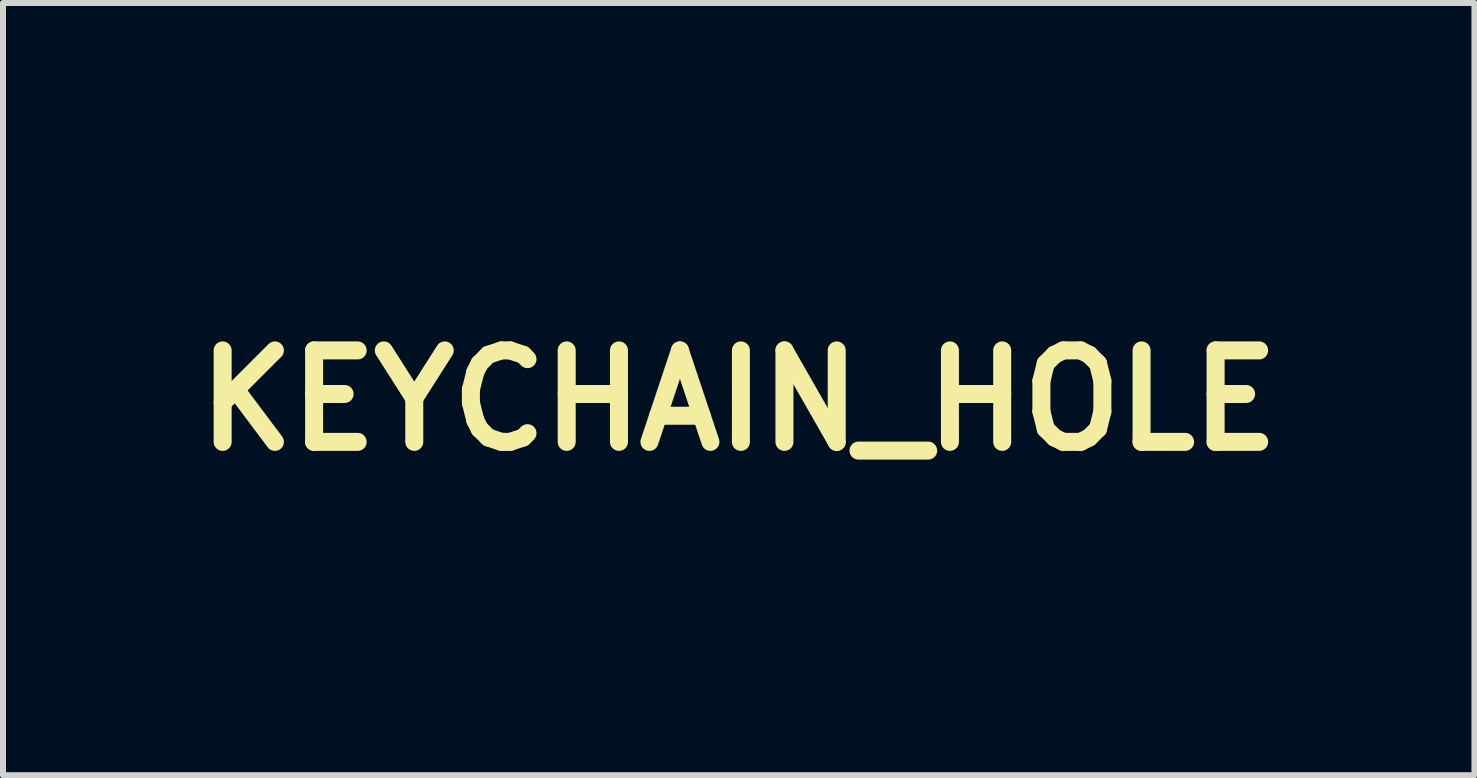
<source format=kicad_pcb>
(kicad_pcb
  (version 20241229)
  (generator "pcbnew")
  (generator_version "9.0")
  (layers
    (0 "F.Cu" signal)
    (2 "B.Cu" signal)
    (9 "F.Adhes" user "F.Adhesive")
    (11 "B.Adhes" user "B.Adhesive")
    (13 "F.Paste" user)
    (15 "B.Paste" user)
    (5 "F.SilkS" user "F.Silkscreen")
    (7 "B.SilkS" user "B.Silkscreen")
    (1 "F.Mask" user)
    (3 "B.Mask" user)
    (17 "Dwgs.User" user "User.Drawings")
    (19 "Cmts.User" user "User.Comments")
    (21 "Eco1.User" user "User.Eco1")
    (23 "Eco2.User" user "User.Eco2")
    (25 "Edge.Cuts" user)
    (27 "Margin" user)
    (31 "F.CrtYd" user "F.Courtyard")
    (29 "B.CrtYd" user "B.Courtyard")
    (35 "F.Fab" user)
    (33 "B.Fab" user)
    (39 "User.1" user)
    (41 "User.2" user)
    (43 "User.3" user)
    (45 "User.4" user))
  (footprint "KEYCHAIN_HOLE"
    (layer "F.Cu")
    (at 9.26 3.624)
    (property "Reference" "KEYCHAIN_HOLE" (at 0 0 0) (layer "F.SilkS") (effects (font (size 1.524 1.524) (thickness 0.3))))
    (attr through_hole)
    (fp_poly (pts (xy 1.51 0.05) (xy 1.561 0.165) (xy 1.517 0.294) (xy 1.415 0.374) (xy 1.317 0.336) (xy 1.271 0.287) (xy 1.221 0.155) (xy 1.269 0.044) (xy 1.388 0) (xy 1.51 0.05)) (stroke (width 0.01) (type solid)) (fill yes) (layer "F.Mask"))
    (fp_poly (pts (xy -0.238 -0.878) (xy -0.119 -0.814) (xy -0.095 -0.73) (xy -0.147 -0.617) (xy -0.238 -0.583) (xy -0.344 -0.591) (xy -0.379 -0.68) (xy -0.381 -0.73) (xy -0.361 -0.852) (xy -0.282 -0.882) (xy -0.238 -0.878)) (stroke (width 0.01) (type solid)) (fill yes) (layer "F.Mask"))
    (fp_poly (pts (xy 0.611 -1.501) (xy 0.7 -1.418) (xy 0.707 -1.291) (xy 0.695 -1.263) (xy 0.621 -1.165) (xy 0.524 -1.162) (xy 0.46 -1.185) (xy 0.392 -1.269) (xy 0.391 -1.392) (xy 0.455 -1.49) (xy 0.477 -1.501) (xy 0.611 -1.501)) (stroke (width 0.01) (type solid)) (fill yes) (layer "F.Mask"))
    (fp_poly (pts (xy -0.608 0.148) (xy -0.524 0.235) (xy -0.517 0.36) (xy -0.587 0.459) (xy -0.608 0.469) (xy -0.711 0.503) (xy -0.772 0.474) (xy -0.828 0.41) (xy -0.875 0.315) (xy -0.82 0.222) (xy -0.809 0.21) (xy -0.689 0.145) (xy -0.608 0.148)) (stroke (width 0.01) (type solid)) (fill yes) (layer "F.Mask"))
    (fp_poly (pts (xy -3.057 0.073) (xy -2.969 0.077) (xy -2.724 0.092) (xy -2.578 0.117) (xy -2.508 0.16) (xy -2.488 0.206) (xy -2.492 0.263) (xy -2.544 0.297) (xy -2.671 0.313) (xy -2.896 0.317) (xy -2.948 0.318) (xy -3.193 0.315) (xy -3.337 0.301) (xy -3.406 0.271) (xy -3.428 0.215) (xy -3.429 0.188) (xy -3.419 0.121) (xy -3.372 0.084) (xy -3.26 0.07) (xy -3.057 0.073)) (stroke (width 0.01) (type solid)) (fill yes) (layer "F.Mask"))
    (fp_poly (pts (xy 0.514 -3.61) (xy 0.551 -3.562) (xy 0.565 -3.451) (xy 0.562 -3.248) (xy 0.558 -3.16) (xy 0.543 -2.914) (xy 0.518 -2.769) (xy 0.475 -2.698) (xy 0.429 -2.679) (xy 0.372 -2.682) (xy 0.338 -2.735) (xy 0.322 -2.862) (xy 0.318 -3.087) (xy 0.318 -3.139) (xy 0.32 -3.383) (xy 0.334 -3.527) (xy 0.364 -3.597) (xy 0.42 -3.618) (xy 0.447 -3.619) (xy 0.514 -3.61)) (stroke (width 0.01) (type solid)) (fill yes) (layer "F.Mask"))
    (fp_poly (pts (xy 0.514 2.296) (xy 0.551 2.343) (xy 0.565 2.455) (xy 0.562 2.658) (xy 0.558 2.746) (xy 0.543 2.991) (xy 0.518 3.137) (xy 0.475 3.207) (xy 0.429 3.227) (xy 0.372 3.223) (xy 0.338 3.171) (xy 0.322 3.044) (xy 0.318 2.819) (xy 0.318 2.767) (xy 0.32 2.522) (xy 0.334 2.378) (xy 0.364 2.309) (xy 0.42 2.287) (xy 0.447 2.286) (xy 0.514 2.296)) (stroke (width 0.01) (type solid)) (fill yes) (layer "F.Mask"))
    (fp_poly (pts (xy 3.345 0.077) (xy 3.41 0.106) (xy 3.428 0.163) (xy 3.429 0.188) (xy 3.418 0.254) (xy 3.369 0.293) (xy 3.256 0.311) (xy 3.051 0.317) (xy 2.948 0.318) (xy 2.703 0.314) (xy 2.561 0.301) (xy 2.497 0.271) (xy 2.486 0.218) (xy 2.488 0.206) (xy 2.521 0.146) (xy 2.61 0.109) (xy 2.78 0.087) (xy 2.969 0.077) (xy 3.207 0.07) (xy 3.345 0.077)) (stroke (width 0.01) (type solid)) (fill yes) (layer "F.Mask"))
    (fp_poly (pts (xy -2.709 -1.585) (xy -2.566 -1.571) (xy -2.498 -1.539) (xy -2.477 -1.483) (xy -2.477 -1.46) (xy -2.488 -1.396) (xy -2.539 -1.357) (xy -2.657 -1.339) (xy -2.867 -1.334) (xy -2.953 -1.333) (xy -3.196 -1.337) (xy -3.339 -1.35) (xy -3.408 -1.382) (xy -3.428 -1.438) (xy -3.429 -1.46) (xy -3.418 -1.525) (xy -3.366 -1.564) (xy -3.249 -1.582) (xy -3.038 -1.587) (xy -2.953 -1.587) (xy -2.709 -1.585)) (stroke (width 0.01) (type solid)) (fill yes) (layer "F.Mask"))
    (fp_poly (pts (xy -2.709 -0.759) (xy -2.566 -0.745) (xy -2.498 -0.714) (xy -2.477 -0.658) (xy -2.477 -0.635) (xy -2.488 -0.57) (xy -2.539 -0.532) (xy -2.657 -0.514) (xy -2.867 -0.508) (xy -2.953 -0.508) (xy -3.196 -0.511) (xy -3.339 -0.525) (xy -3.408 -0.556) (xy -3.428 -0.612) (xy -3.429 -0.635) (xy -3.418 -0.7) (xy -3.366 -0.738) (xy -3.249 -0.756) (xy -3.038 -0.762) (xy -2.953 -0.762) (xy -2.709 -0.759)) (stroke (width 0.01) (type solid)) (fill yes) (layer "F.Mask"))
    (fp_poly (pts (xy -2.709 0.955) (xy -2.566 0.969) (xy -2.498 1.001) (xy -2.477 1.057) (xy -2.477 1.079) (xy -2.488 1.144) (xy -2.539 1.183) (xy -2.657 1.201) (xy -2.867 1.206) (xy -2.953 1.206) (xy -3.196 1.204) (xy -3.339 1.19) (xy -3.408 1.158) (xy -3.428 1.102) (xy -3.429 1.079) (xy -3.418 1.015) (xy -3.366 0.976) (xy -3.249 0.958) (xy -3.038 0.953) (xy -2.953 0.953) (xy -2.709 0.955)) (stroke (width 0.01) (type solid)) (fill yes) (layer "F.Mask"))
    (fp_poly (pts (xy -1.208 2.169) (xy -1.171 2.216) (xy -1.151 2.324) (xy -1.144 2.518) (xy -1.143 2.699) (xy -1.145 2.961) (xy -1.156 3.121) (xy -1.182 3.204) (xy -1.228 3.235) (xy -1.27 3.239) (xy -1.332 3.228) (xy -1.369 3.182) (xy -1.389 3.074) (xy -1.396 2.879) (xy -1.397 2.699) (xy -1.395 2.436) (xy -1.384 2.276) (xy -1.358 2.193) (xy -1.312 2.162) (xy -1.27 2.159) (xy -1.208 2.169)) (stroke (width 0.01) (type solid)) (fill yes) (layer "F.Mask"))
    (fp_poly (pts (xy -1.205 -3.608) (xy -1.167 -3.557) (xy -1.149 -3.439) (xy -1.143 -3.229) (xy -1.143 -3.143) (xy -1.146 -2.9) (xy -1.16 -2.757) (xy -1.191 -2.688) (xy -1.247 -2.668) (xy -1.27 -2.667) (xy -1.335 -2.678) (xy -1.373 -2.73) (xy -1.391 -2.847) (xy -1.397 -3.058) (xy -1.397 -3.143) (xy -1.394 -3.387) (xy -1.38 -3.53) (xy -1.349 -3.598) (xy -1.293 -3.619) (xy -1.27 -3.619) (xy -1.205 -3.608)) (stroke (width 0.01) (type solid)) (fill yes) (layer "F.Mask"))
    (fp_poly (pts (xy -0.38 -3.608) (xy -0.341 -3.557) (xy -0.323 -3.439) (xy -0.318 -3.229) (xy -0.318 -3.143) (xy -0.324 -2.883) (xy -0.345 -2.732) (xy -0.385 -2.671) (xy -0.402 -2.667) (xy -0.51 -2.695) (xy -0.529 -2.709) (xy -0.55 -2.79) (xy -0.566 -2.961) (xy -0.572 -3.185) (xy -0.572 -3.186) (xy -0.568 -3.416) (xy -0.552 -3.547) (xy -0.515 -3.605) (xy -0.45 -3.619) (xy -0.445 -3.619) (xy -0.38 -3.608)) (stroke (width 0.01) (type solid)) (fill yes) (layer "F.Mask"))
    (fp_poly (pts (xy -0.38 2.297) (xy -0.341 2.349) (xy -0.323 2.466) (xy -0.318 2.677) (xy -0.318 2.762) (xy -0.321 3.006) (xy -0.334 3.149) (xy -0.366 3.217) (xy -0.422 3.238) (xy -0.445 3.239) (xy -0.509 3.227) (xy -0.548 3.176) (xy -0.566 3.058) (xy -0.571 2.848) (xy -0.572 2.762) (xy -0.569 2.519) (xy -0.555 2.376) (xy -0.523 2.307) (xy -0.467 2.287) (xy -0.445 2.286) (xy -0.38 2.297)) (stroke (width 0.01) (type solid)) (fill yes) (layer "F.Mask"))
    (fp_poly (pts (xy 1.335 -3.608) (xy 1.373 -3.557) (xy 1.391 -3.439) (xy 1.397 -3.229) (xy 1.397 -3.143) (xy 1.394 -2.9) (xy 1.38 -2.757) (xy 1.349 -2.688) (xy 1.293 -2.668) (xy 1.27 -2.667) (xy 1.205 -2.678) (xy 1.167 -2.73) (xy 1.149 -2.847) (xy 1.143 -3.058) (xy 1.143 -3.143) (xy 1.146 -3.387) (xy 1.16 -3.53) (xy 1.191 -3.598) (xy 1.247 -3.619) (xy 1.27 -3.619) (xy 1.335 -3.608)) (stroke (width 0.01) (type solid)) (fill yes) (layer "F.Mask"))
    (fp_poly (pts (xy 1.335 2.297) (xy 1.373 2.349) (xy 1.391 2.466) (xy 1.397 2.677) (xy 1.397 2.762) (xy 1.394 3.006) (xy 1.38 3.149) (xy 1.349 3.217) (xy 1.293 3.238) (xy 1.27 3.239) (xy 1.205 3.227) (xy 1.167 3.176) (xy 1.149 3.058) (xy 1.143 2.848) (xy 1.143 2.762) (xy 1.146 2.519) (xy 1.16 2.376) (xy 1.191 2.307) (xy 1.247 2.287) (xy 1.27 2.286) (xy 1.335 2.297)) (stroke (width 0.01) (type solid)) (fill yes) (layer "F.Mask"))
    (fp_poly (pts (xy 3.196 -1.585) (xy 3.339 -1.571) (xy 3.408 -1.539) (xy 3.428 -1.483) (xy 3.429 -1.46) (xy 3.418 -1.396) (xy 3.366 -1.357) (xy 3.249 -1.339) (xy 3.038 -1.334) (xy 2.953 -1.333) (xy 2.709 -1.337) (xy 2.566 -1.35) (xy 2.498 -1.382) (xy 2.477 -1.438) (xy 2.477 -1.46) (xy 2.488 -1.525) (xy 2.539 -1.564) (xy 2.657 -1.582) (xy 2.867 -1.587) (xy 2.953 -1.587) (xy 3.196 -1.585)) (stroke (width 0.01) (type solid)) (fill yes) (layer "F.Mask"))
    (fp_poly (pts (xy 3.196 -0.759) (xy 3.339 -0.745) (xy 3.408 -0.714) (xy 3.428 -0.658) (xy 3.429 -0.635) (xy 3.418 -0.57) (xy 3.366 -0.532) (xy 3.249 -0.514) (xy 3.038 -0.508) (xy 2.953 -0.508) (xy 2.709 -0.511) (xy 2.566 -0.525) (xy 2.498 -0.556) (xy 2.477 -0.612) (xy 2.477 -0.635) (xy 2.488 -0.7) (xy 2.539 -0.738) (xy 2.657 -0.756) (xy 2.867 -0.762) (xy 2.953 -0.762) (xy 3.196 -0.759)) (stroke (width 0.01) (type solid)) (fill yes) (layer "F.Mask"))
    (fp_poly (pts (xy 3.196 0.955) (xy 3.339 0.969) (xy 3.408 1.001) (xy 3.428 1.057) (xy 3.429 1.079) (xy 3.418 1.144) (xy 3.366 1.183) (xy 3.249 1.201) (xy 3.038 1.206) (xy 2.953 1.206) (xy 2.709 1.204) (xy 2.566 1.19) (xy 2.498 1.158) (xy 2.477 1.102) (xy 2.477 1.079) (xy 2.488 1.015) (xy 2.539 0.976) (xy 2.657 0.958) (xy 2.867 0.953) (xy 2.953 0.953) (xy 3.196 0.955)) (stroke (width 0.01) (type solid)) (fill yes) (layer "F.Mask"))
    (fp_poly (pts (xy 1.983 -2.473) (xy 2.08 -2.449) (xy 2.153 -2.396) (xy 2.207 -2.3) (xy 2.244 -2.149) (xy 2.267 -1.931) (xy 2.28 -1.634) (xy 2.285 -1.246) (xy 2.286 -0.754) (xy 2.286 -0.196) (xy 2.286 0.376) (xy 2.284 0.834) (xy 2.28 1.191) (xy 2.274 1.462) (xy 2.264 1.66) (xy 2.25 1.797) (xy 2.231 1.888) (xy 2.207 1.946) (xy 2.176 1.985) (xy 2.17 1.99) (xy 2.096 2.037) (xy 1.98 2.067) (xy 1.8 2.086) (xy 1.531 2.094) (xy 1.281 2.095) (xy 0.508 2.095) (xy 0.508 1.206) (xy 1.46 1.206) (xy 1.46 0.914) (xy 1.487 0.67) (xy 1.582 0.48) (xy 1.621 0.431) (xy 1.735 0.228) (xy 1.725 0.043) (xy 1.601 -0.111) (xy 1.423 -0.191) (xy 1.256 -0.169) (xy 1.122 -0.072) (xy 1.04 0.076) (xy 1.033 0.248) (xy 1.121 0.421) (xy 1.143 0.445) (xy 1.246 0.628) (xy 1.27 0.794) (xy 1.27 1.016) (xy 0.318 1.016) (xy 0.318 2.095) (xy -1.143 2.095) (xy -1.143 1.816) (xy -1.134 1.646) (xy -1.09 1.535) (xy -0.982 1.437) (xy -0.857 1.355) (xy -0.688 1.238) (xy -0.603 1.138) (xy -0.574 1.014) (xy -0.572 0.937) (xy -0.526 0.694) (xy -0.445 0.572) (xy -0.337 0.394) (xy -0.334 0.208) (xy -0.436 0.052) (xy -0.459 0.035) (xy -0.65 -0.054) (xy -0.813 -0.023) (xy -0.948 0.104) (xy -1.046 0.241) (xy -1.067 0.341) (xy -1.007 0.453) (xy -0.921 0.56) (xy -0.784 0.773) (xy -0.769 0.955) (xy -0.875 1.118) (xy -1.048 1.242) (xy -1.212 1.344) (xy -1.297 1.433) (xy -1.329 1.555) (xy -1.333 1.752) (xy -1.333 2.095) (xy -1.705 2.095) (xy -1.949 2.083) (xy -2.103 2.04) (xy -2.181 1.979) (xy -2.214 1.93) (xy -2.239 1.853) (xy -2.255 1.752) (xy -2.032 1.752) (xy -1.995 1.821) (xy -1.919 1.81) (xy -1.856 1.726) (xy -1.884 1.662) (xy -1.931 1.651) (xy -2.019 1.702) (xy -2.032 1.752) (xy -2.255 1.752) (xy -2.258 1.733) (xy -2.271 1.555) (xy -2.279 1.304) (xy -2.284 0.963) (xy -2.286 0.519) (xy -2.286 0.265) (xy -2.286 -1.333) (xy -1.531 -1.333) (xy -1.211 -1.333) (xy -0.994 -1.327) (xy -0.855 -1.311) (xy -0.769 -1.28) (xy -0.712 -1.23) (xy -0.662 -1.159) (xy -0.577 -0.944) (xy -0.564 -0.775) (xy -0.554 -0.601) (xy -0.507 -0.475) (xy -0.505 -0.473) (xy -0.371 -0.398) (xy -0.19 -0.388) (xy -0.02 -0.444) (xy 0.027 -0.481) (xy 0.119 -0.647) (xy 0.111 -0.826) (xy 0.018 -0.98) (xy -0.143 -1.07) (xy -0.226 -1.08) (xy -0.378 -1.134) (xy -0.523 -1.301) (xy -0.667 -1.522) (xy -2.286 -1.524) (xy -2.286 -1.9) (xy -2.286 -2.068) (xy -2.276 -2.199) (xy -2.243 -2.299) (xy -2.173 -2.371) (xy -2.053 -2.421) (xy -1.868 -2.452) (xy -1.606 -2.468) (xy -1.251 -2.475) (xy -0.792 -2.477) (xy -0.472 -2.477) (xy 1.143 -2.477) (xy 1.143 -2.266) (xy 1.093 -2.065) (xy 0.966 -1.881) (xy 0.796 -1.749) (xy 0.615 -1.702) (xy 0.594 -1.704) (xy 0.408 -1.672) (xy 0.26 -1.552) (xy 0.191 -1.378) (xy 0.191 -1.355) (xy 0.238 -1.196) (xy 0.352 -1.049) (xy 0.492 -0.961) (xy 0.543 -0.953) (xy 0.685 -1.005) (xy 0.819 -1.132) (xy 0.908 -1.288) (xy 0.919 -1.412) (xy 0.923 -1.533) (xy 1.007 -1.668) (xy 1.108 -1.775) (xy 1.256 -1.942) (xy 1.322 -2.097) (xy 1.333 -2.235) (xy 1.333 -2.477) (xy 1.71 -2.477) (xy 1.861 -2.478) (xy 1.983 -2.473)) (stroke (width 0.01) (type solid)) (fill yes) (layer "F.Mask")))
  (gr_rect
    (start -3 -3)
    (end 21.52 9.868)
    (stroke (width 0.1) (type default))
    (fill no)
    (layer "Edge.Cuts")))
</source>
